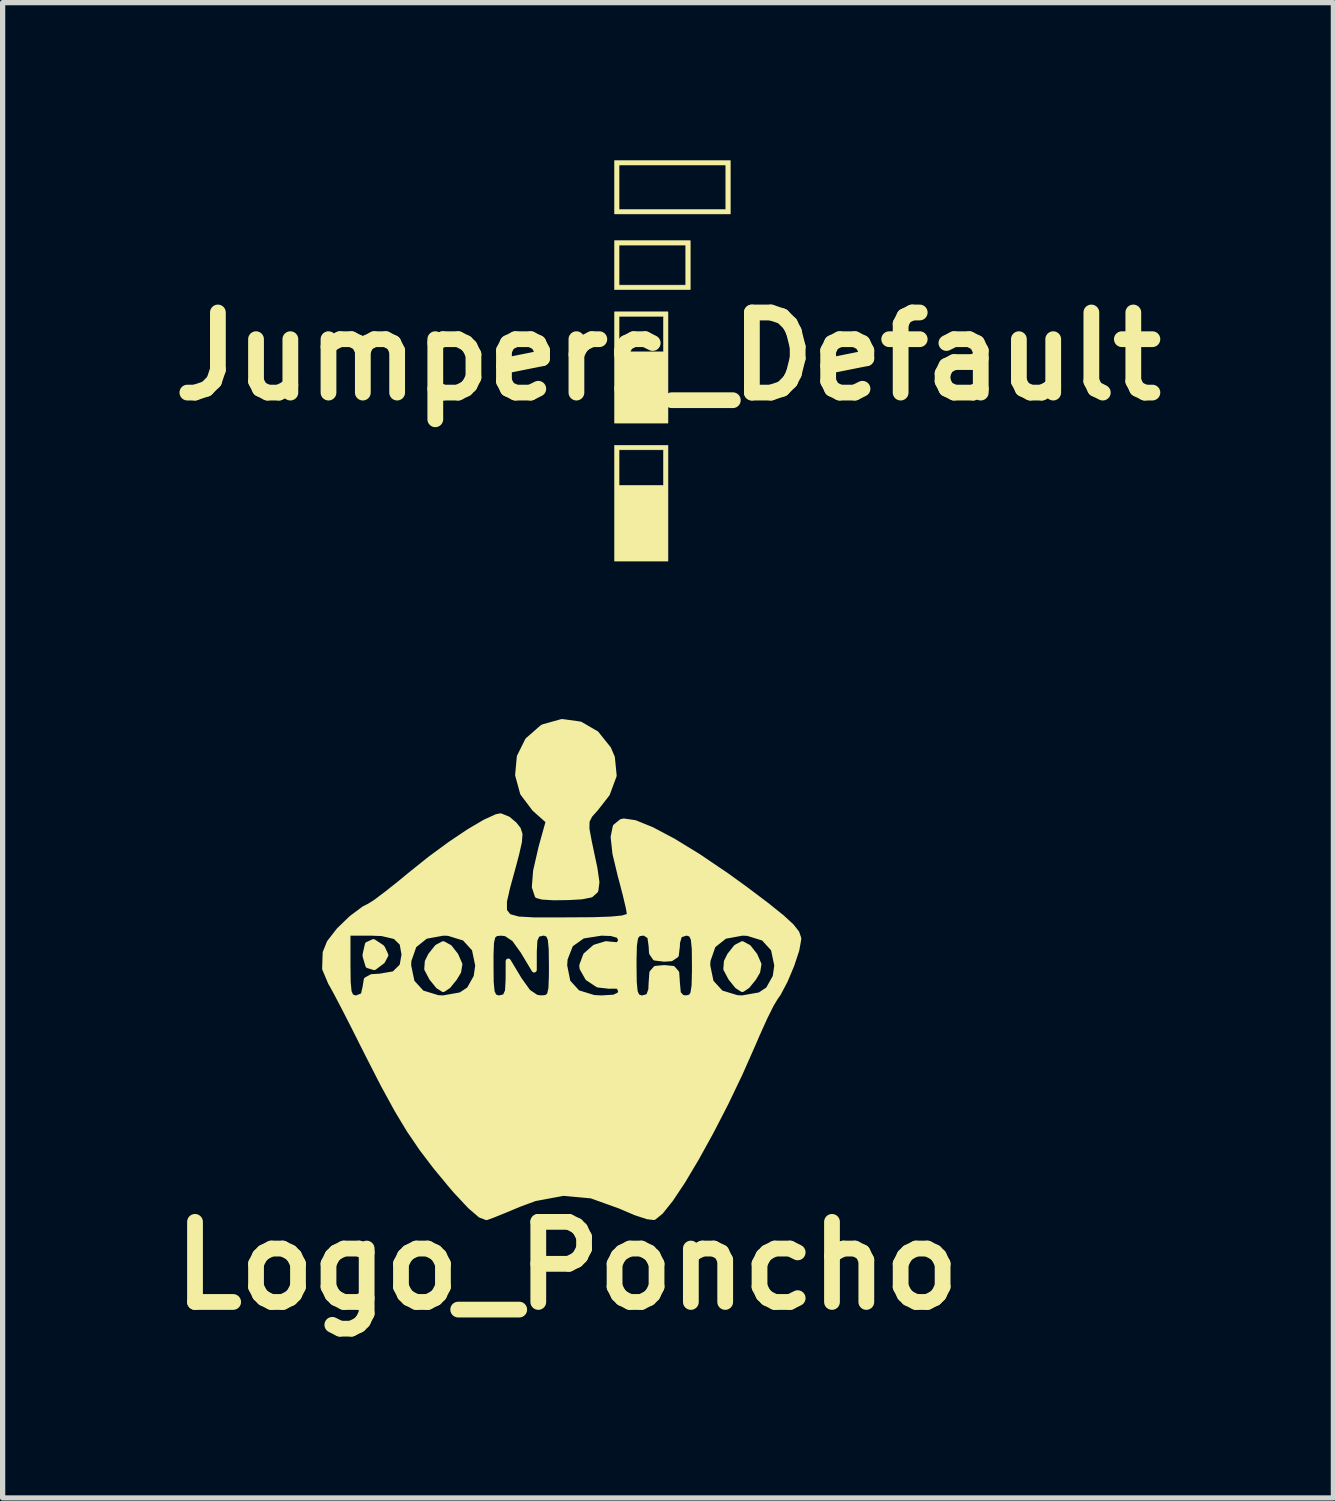
<source format=kicad_pcb>
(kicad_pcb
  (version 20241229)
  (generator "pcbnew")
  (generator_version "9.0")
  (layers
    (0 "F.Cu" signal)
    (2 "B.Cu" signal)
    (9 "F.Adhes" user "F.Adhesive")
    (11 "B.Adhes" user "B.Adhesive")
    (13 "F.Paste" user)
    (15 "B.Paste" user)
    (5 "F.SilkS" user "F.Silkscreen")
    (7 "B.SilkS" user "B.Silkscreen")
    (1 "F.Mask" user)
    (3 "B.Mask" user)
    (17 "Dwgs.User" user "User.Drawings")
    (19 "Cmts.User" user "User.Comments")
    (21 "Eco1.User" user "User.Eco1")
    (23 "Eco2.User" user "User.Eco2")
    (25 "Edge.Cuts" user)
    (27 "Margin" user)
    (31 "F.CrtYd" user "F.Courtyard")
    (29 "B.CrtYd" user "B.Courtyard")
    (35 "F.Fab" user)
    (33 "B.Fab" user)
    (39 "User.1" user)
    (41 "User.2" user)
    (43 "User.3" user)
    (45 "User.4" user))
  (footprint "Jumpers_Default"
    (layer "F.Cu")
    (at 9.659 3.73)
    (property "Reference" "Jumpers_Default" (at 0 0 0) (layer "F.SilkS") (effects (font (size 1.524 1.524) (thickness 0.3))))
    (attr through_hole)
    (fp_poly (pts (xy 0 1.27) (xy -1.016 1.27) (xy -1.016 -0.762) (xy -0.931 -0.762) (xy -0.931 -0.085) (xy -0.085 -0.085) (xy -0.085 -0.762) (xy -0.931 -0.762) (xy -1.016 -0.762) (xy -1.016 -0.847) (xy 0 -0.847) (xy 0 1.27)) (stroke (width 0.01) (type solid)) (fill yes) (layer "F.SilkS"))
    (fp_poly (pts (xy 0 3.895) (xy -1.016 3.895) (xy -1.016 1.778) (xy -0.931 1.778) (xy -0.931 2.455) (xy -0.085 2.455) (xy -0.085 1.778) (xy -0.931 1.778) (xy -1.016 1.778) (xy -1.016 1.693) (xy 0 1.693) (xy 0 3.895)) (stroke (width 0.01) (type solid)) (fill yes) (layer "F.SilkS"))
    (fp_poly (pts (xy 0.423 -1.27) (xy -1.016 -1.27) (xy -1.016 -2.117) (xy -0.931 -2.117) (xy -0.931 -1.355) (xy 0.339 -1.355) (xy 0.339 -2.117) (xy -0.931 -2.117) (xy -1.016 -2.117) (xy -1.016 -2.201) (xy 0.423 -2.201) (xy 0.423 -1.27)) (stroke (width 0.01) (type solid)) (fill yes) (layer "F.SilkS"))
    (fp_poly (pts (xy 1.185 -2.709) (xy -1.016 -2.709) (xy -1.016 -3.641) (xy -0.931 -3.641) (xy -0.931 -2.794) (xy 1.101 -2.794) (xy 1.101 -3.641) (xy -0.931 -3.641) (xy -1.016 -3.641) (xy -1.016 -3.725) (xy 1.185 -3.725) (xy 1.185 -2.709)) (stroke (width 0.01) (type solid)) (fill yes) (layer "F.SilkS")))
  (footprint "Logo_Poncho"
    (layer "F.Cu")
    (at 7.609 15.444)
    (property "Reference" "Logo_Poncho" (at 0.127 5.588 0) (layer "F.SilkS") (effects (font (size 1.524 1.524) (thickness 0.3))))
    (attr through_hole)
    (fp_poly (pts (xy -3.32 -0.322) (xy -3.381 -0.206) (xy -3.538 -0.087) (xy -3.657 -0.123) (xy -3.71 -0.301) (xy -3.711 -0.33) (xy -3.667 -0.524) (xy -3.554 -0.576) (xy -3.4 -0.475) (xy -3.381 -0.454) (xy -3.32 -0.322)) (stroke (width 0.1) (type solid)) (fill yes) (layer "F.SilkS"))
    (fp_poly (pts (xy -1.912 -0.147) (xy -1.935 -0.007) (xy -2.007 0.114) (xy -2.129 0.265) (xy -2.225 0.33) (xy -2.227 0.33) (xy -2.323 0.268) (xy -2.445 0.117) (xy -2.447 0.114) (xy -2.537 -0.057) (xy -2.527 -0.197) (xy -2.466 -0.319) (xy -2.343 -0.474) (xy -2.227 -0.536) (xy -2.106 -0.471) (xy -1.987 -0.319) (xy -1.912 -0.147)) (stroke (width 0.1) (type solid)) (fill yes) (layer "F.SilkS"))
    (fp_poly (pts (xy 3.778 -0.147) (xy 3.755 -0.007) (xy 3.684 0.114) (xy 3.562 0.265) (xy 3.465 0.33) (xy 3.464 0.33) (xy 3.368 0.268) (xy 3.246 0.117) (xy 3.244 0.114) (xy 3.153 -0.057) (xy 3.164 -0.197) (xy 3.224 -0.319) (xy 3.347 -0.474) (xy 3.464 -0.536) (xy 3.584 -0.471) (xy 3.703 -0.319) (xy 3.778 -0.147)) (stroke (width 0.1) (type solid)) (fill yes) (layer "F.SilkS"))
    (fp_poly (pts (xy 1.024 -3.736) (xy 0.895 -3.389) (xy 0.679 -3.112) (xy 0.563 -2.982) (xy 0.508 -2.87) (xy 0.506 -2.721) (xy 0.55 -2.483) (xy 0.574 -2.37) (xy 0.658 -1.973) (xy 0.696 -1.709) (xy 0.675 -1.55) (xy 0.584 -1.468) (xy 0.409 -1.433) (xy 0.161 -1.419) (xy -0.124 -1.415) (xy -0.34 -1.428) (xy -0.436 -1.454) (xy -0.49 -1.618) (xy -0.466 -1.924) (xy -0.365 -2.365) (xy -0.36 -2.384) (xy -0.225 -2.869) (xy -0.489 -3.104) (xy -0.714 -3.403) (xy -0.808 -3.747) (xy -0.776 -4.097) (xy -0.62 -4.411) (xy -0.347 -4.65) (xy -0.316 -4.667) (xy 0.034 -4.764) (xy 0.38 -4.716) (xy 0.687 -4.538) (xy 0.919 -4.248) (xy 0.99 -4.082) (xy 1.024 -3.736)) (stroke (width 0.1) (type solid)) (fill yes) (layer "F.SilkS"))
    (fp_poly (pts (xy 4.536 -0.627) (xy 4.499 -0.42) (xy 4.405 -0.135) (xy 4.28 0.163) (xy 4.15 0.409) (xy 4.123 0.447) (xy 4.123 -0.124) (xy 4.058 -0.437) (xy 3.869 -0.644) (xy 3.565 -0.738) (xy 3.464 -0.742) (xy 3.13 -0.681) (xy 2.908 -0.504) (xy 2.809 -0.218) (xy 2.804 -0.124) (xy 2.869 0.19) (xy 3.058 0.397) (xy 3.363 0.49) (xy 3.464 0.495) (xy 3.798 0.436) (xy 3.958 0.33) (xy 4.092 0.092) (xy 4.123 -0.124) (xy 4.123 0.447) (xy 4.09 0.495) (xy 4.014 0.622) (xy 3.895 0.861) (xy 3.754 1.173) (xy 3.673 1.361) (xy 3.422 1.929) (xy 3.15 2.497) (xy 2.869 3.042) (xy 2.593 3.542) (xy 2.556 3.604) (xy 2.556 -0.124) (xy 2.553 -0.44) (xy 2.535 -0.625) (xy 2.494 -0.715) (xy 2.421 -0.741) (xy 2.392 -0.742) (xy 2.271 -0.703) (xy 2.228 -0.559) (xy 2.227 -0.495) (xy 2.206 -0.32) (xy 2.11 -0.255) (xy 1.979 -0.247) (xy 1.804 -0.268) (xy 1.739 -0.364) (xy 1.732 -0.495) (xy 1.706 -0.676) (xy 1.609 -0.74) (xy 1.567 -0.742) (xy 1.483 -0.728) (xy 1.433 -0.661) (xy 1.409 -0.508) (xy 1.402 -0.235) (xy 1.402 -0.124) (xy 1.406 0.193) (xy 1.424 0.378) (xy 1.464 0.467) (xy 1.537 0.494) (xy 1.567 0.495) (xy 1.681 0.463) (xy 1.726 0.336) (xy 1.732 0.206) (xy 1.746 0.012) (xy 1.816 -0.067) (xy 1.979 -0.082) (xy 2.145 -0.066) (xy 2.214 0.015) (xy 2.227 0.206) (xy 2.245 0.405) (xy 2.317 0.485) (xy 2.392 0.495) (xy 2.476 0.48) (xy 2.525 0.414) (xy 2.549 0.261) (xy 2.556 -0.012) (xy 2.556 -0.124) (xy 2.556 3.604) (xy 2.334 3.977) (xy 2.103 4.324) (xy 1.913 4.562) (xy 1.782 4.668) (xy 1.66 4.654) (xy 1.438 4.581) (xy 1.163 4.464) (xy 1.155 4.46) (xy 1.155 0.361) (xy 1.111 0.268) (xy 0.957 0.266) (xy 0.939 0.269) (xy 0.717 0.244) (xy 0.523 0.115) (xy 0.418 -0.071) (xy 0.412 -0.124) (xy 0.484 -0.319) (xy 0.658 -0.472) (xy 0.872 -0.537) (xy 0.95 -0.528) (xy 1.106 -0.515) (xy 1.154 -0.597) (xy 1.155 -0.61) (xy 1.114 -0.695) (xy 0.97 -0.735) (xy 0.783 -0.742) (xy 0.429 -0.687) (xy 0.198 -0.523) (xy 0.091 -0.25) (xy 0.082 -0.124) (xy 0.145 0.189) (xy 0.331 0.393) (xy 0.64 0.488) (xy 0.783 0.495) (xy 1.023 0.481) (xy 1.134 0.429) (xy 1.155 0.361) (xy 1.155 4.46) (xy 1.148 4.457) (xy 0.592 4.257) (xy 0.061 4.208) (xy -0.165 4.25) (xy -0.165 -0.124) (xy -0.169 -0.44) (xy -0.187 -0.625) (xy -0.227 -0.715) (xy -0.3 -0.741) (xy -0.33 -0.742) (xy -0.435 -0.716) (xy -0.484 -0.61) (xy -0.496 -0.392) (xy -0.496 -0.041) (xy -0.706 -0.392) (xy -0.874 -0.626) (xy -1.03 -0.73) (xy -1.118 -0.742) (xy -1.22 -0.734) (xy -1.281 -0.686) (xy -1.31 -0.564) (xy -1.319 -0.332) (xy -1.319 -0.124) (xy -1.316 0.193) (xy -1.298 0.378) (xy -1.257 0.467) (xy -1.184 0.494) (xy -1.155 0.495) (xy -1.049 0.469) (xy -1.001 0.362) (xy -0.989 0.144) (xy -0.988 -0.206) (xy -0.778 0.144) (xy -0.61 0.378) (xy -0.455 0.482) (xy -0.366 0.495) (xy -0.264 0.487) (xy -0.204 0.439) (xy -0.175 0.316) (xy -0.166 0.085) (xy -0.165 -0.124) (xy -0.165 4.25) (xy -0.482 4.309) (xy -0.783 4.42) (xy -1.059 4.536) (xy -1.286 4.627) (xy -1.402 4.67) (xy -1.519 4.625) (xy -1.567 4.584) (xy -1.567 -0.124) (xy -1.632 -0.437) (xy -1.821 -0.644) (xy -2.126 -0.738) (xy -2.227 -0.742) (xy -2.561 -0.681) (xy -2.782 -0.504) (xy -2.882 -0.218) (xy -2.886 -0.124) (xy -2.821 0.19) (xy -2.632 0.397) (xy -2.328 0.49) (xy -2.227 0.495) (xy -1.893 0.436) (xy -1.732 0.33) (xy -1.598 0.092) (xy -1.567 -0.124) (xy -1.567 4.584) (xy -1.717 4.455) (xy -1.986 4.167) (xy -2.062 4.079) (xy -2.37 3.707) (xy -2.632 3.363) (xy -2.87 3.013) (xy -2.969 2.85) (xy -2.969 -0.33) (xy -3.007 -0.546) (xy -3.14 -0.675) (xy -3.392 -0.734) (xy -3.604 -0.742) (xy -4.041 -0.742) (xy -4.041 -0.124) (xy -4.037 0.193) (xy -4.019 0.378) (xy -3.979 0.467) (xy -3.906 0.494) (xy -3.876 0.495) (xy -3.747 0.446) (xy -3.711 0.289) (xy -3.688 0.146) (xy -3.585 0.09) (xy -3.439 0.082) (xy -3.161 0.035) (xy -3.008 -0.115) (xy -2.969 -0.33) (xy -2.969 2.85) (xy -3.106 2.622) (xy -3.361 2.156) (xy -3.656 1.58) (xy -3.725 1.443) (xy -3.927 1.041) (xy -4.107 0.689) (xy -4.251 0.414) (xy -4.343 0.245) (xy -4.367 0.206) (xy -4.48 -0.062) (xy -4.47 -0.368) (xy -4.392 -0.562) (xy -4.212 -0.794) (xy -3.971 -1.027) (xy -3.73 -1.206) (xy -3.629 -1.257) (xy -3.516 -1.328) (xy -3.311 -1.482) (xy -3.047 -1.691) (xy -2.861 -1.845) (xy -2.478 -2.152) (xy -2.094 -2.434) (xy -1.736 -2.674) (xy -1.432 -2.853) (xy -1.211 -2.954) (xy -1.136 -2.969) (xy -0.993 -2.912) (xy -0.869 -2.807) (xy -0.799 -2.718) (xy -0.768 -2.621) (xy -0.779 -2.476) (xy -0.832 -2.242) (xy -0.897 -1.997) (xy -1.002 -1.615) (xy -1.064 -1.343) (xy -1.063 -1.164) (xy -0.98 -1.057) (xy -0.797 -1.006) (xy -0.494 -0.989) (xy -0.051 -0.989) (xy 0.124 -0.99) (xy 0.617 -0.993) (xy 0.964 -1.005) (xy 1.184 -1.026) (xy 1.295 -1.06) (xy 1.319 -1.094) (xy 1.299 -1.22) (xy 1.243 -1.457) (xy 1.165 -1.758) (xy 1.15 -1.809) (xy 1.043 -2.256) (xy 1.009 -2.57) (xy 1.049 -2.766) (xy 1.163 -2.86) (xy 1.209 -2.871) (xy 1.421 -2.84) (xy 1.74 -2.711) (xy 2.15 -2.494) (xy 2.633 -2.198) (xy 3.173 -1.832) (xy 3.525 -1.577) (xy 3.93 -1.272) (xy 4.215 -1.043) (xy 4.399 -0.874) (xy 4.5 -0.746) (xy 4.535 -0.644) (xy 4.536 -0.627)) (stroke (width 0.1) (type solid)) (fill yes) (layer "F.SilkS")))
  (gr_rect
    (start -3 -3)
    (end 22.319 25.45)
    (stroke (width 0.1) (type default))
    (fill no)
    (layer "Edge.Cuts")))
</source>
